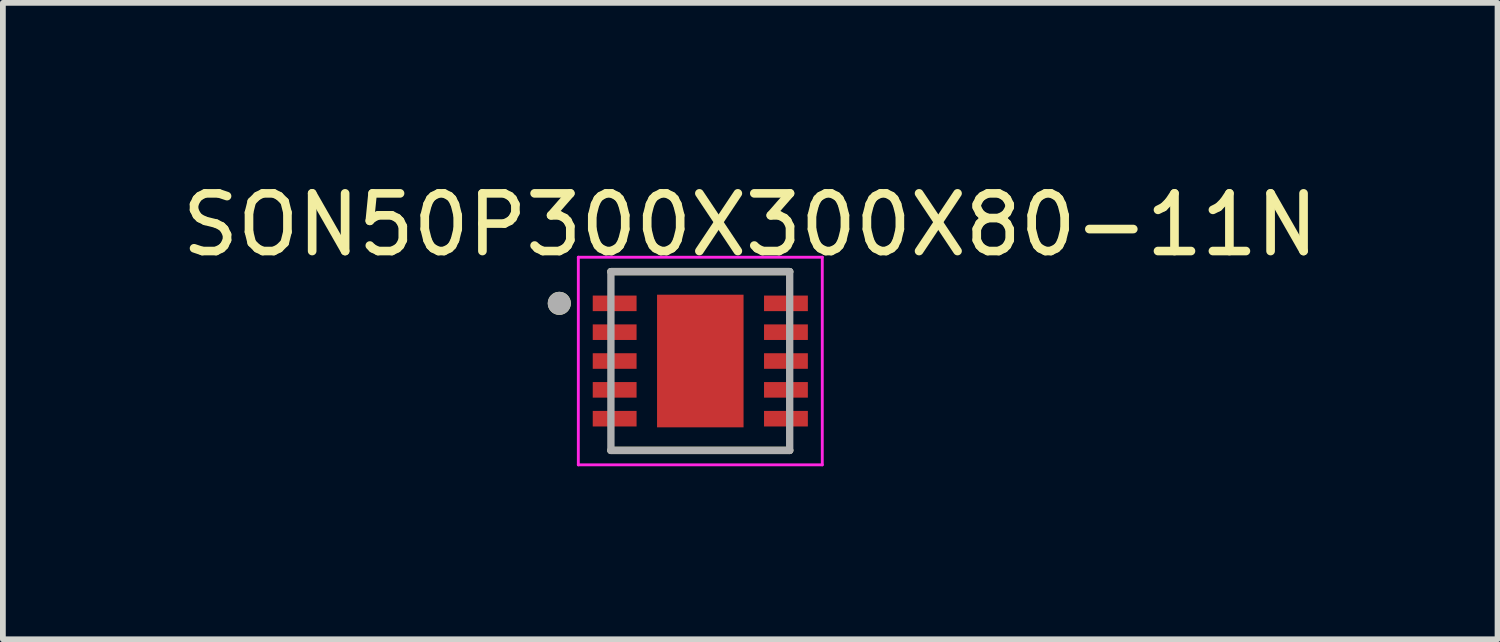
<source format=kicad_pcb>
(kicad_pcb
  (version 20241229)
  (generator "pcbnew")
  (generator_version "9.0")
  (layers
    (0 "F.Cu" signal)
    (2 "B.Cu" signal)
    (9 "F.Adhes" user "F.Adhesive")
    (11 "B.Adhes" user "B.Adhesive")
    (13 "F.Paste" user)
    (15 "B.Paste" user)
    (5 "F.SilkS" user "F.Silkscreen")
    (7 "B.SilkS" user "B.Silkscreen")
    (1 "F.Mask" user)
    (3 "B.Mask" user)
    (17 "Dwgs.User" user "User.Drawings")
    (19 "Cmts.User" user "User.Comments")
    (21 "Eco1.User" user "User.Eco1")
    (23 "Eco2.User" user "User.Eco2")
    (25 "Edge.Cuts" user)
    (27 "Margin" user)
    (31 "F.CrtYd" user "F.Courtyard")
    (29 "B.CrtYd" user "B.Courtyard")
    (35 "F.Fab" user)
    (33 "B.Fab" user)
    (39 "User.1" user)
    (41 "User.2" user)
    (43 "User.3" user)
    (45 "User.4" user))
  (footprint "SON50P300X300X80-11N"
    (layer "F.Cu")
    (at 9.093 3.21)
    (property "Reference" "SON50P300X300X80-11N" (at 0.865 -2.362 0) (layer "F.SilkS") (effects (font (size 1 1) (thickness 0.15))))
    (attr through_hole)
    (fp_line (start -1.55 -1.55) (end 1.55 -1.55) (stroke (width 0.127) (type solid)) (layer "F.SilkS"))
    (fp_line (start -1.55 1.55) (end 1.55 1.55) (stroke (width 0.127) (type solid)) (layer "F.SilkS"))
    (fp_circle (center -2.445 -1) (end -2.345 -1) (stroke (width 0.2) (type solid)) (fill no) (layer "F.SilkS"))
    (fp_poly (pts (xy -0.47 -0.73) (xy 0.47 -0.73) (xy 0.47 0.73) (xy -0.47 0.73)) (stroke (width 0.01) (type solid)) (fill yes) (layer "F.Paste"))
    (fp_line (start -2.115 -1.8) (end -2.115 1.8) (stroke (width 0.05) (type solid)) (layer "F.CrtYd"))
    (fp_line (start -2.115 -1.8) (end 2.115 -1.8) (stroke (width 0.05) (type solid)) (layer "F.CrtYd"))
    (fp_line (start -2.115 1.8) (end 2.115 1.8) (stroke (width 0.05) (type solid)) (layer "F.CrtYd"))
    (fp_line (start 2.115 -1.8) (end 2.115 1.8) (stroke (width 0.05) (type solid)) (layer "F.CrtYd"))
    (fp_line (start -1.55 -1.55) (end -1.55 1.55) (stroke (width 0.127) (type solid)) (layer "F.Fab"))
    (fp_line (start -1.55 -1.55) (end 1.55 -1.55) (stroke (width 0.127) (type solid)) (layer "F.Fab"))
    (fp_line (start -1.55 1.55) (end 1.55 1.55) (stroke (width 0.127) (type solid)) (layer "F.Fab"))
    (fp_line (start 1.55 -1.55) (end 1.55 1.55) (stroke (width 0.127) (type solid)) (layer "F.Fab"))
    (fp_circle (center -2.445 -1) (end -2.345 -1) (stroke (width 0.2) (type solid)) (fill no) (layer "F.Fab"))
    (pad "1" smd rect (at -1.485 -1) (size 0.76 0.27) (layers "F.Cu" "F.Mask" "F.Paste"))
    (pad "2" smd rect (at -1.485 -0.5) (size 0.76 0.27) (layers "F.Cu" "F.Mask" "F.Paste"))
    (pad "3" smd rect (at -1.485 0) (size 0.76 0.27) (layers "F.Cu" "F.Mask" "F.Paste"))
    (pad "4" smd rect (at -1.485 0.5) (size 0.76 0.27) (layers "F.Cu" "F.Mask" "F.Paste"))
    (pad "5" smd rect (at -1.485 1) (size 0.76 0.27) (layers "F.Cu" "F.Mask" "F.Paste"))
    (pad "6" smd rect (at 1.485 1) (size 0.76 0.27) (layers "F.Cu" "F.Mask" "F.Paste"))
    (pad "7" smd rect (at 1.485 0.5) (size 0.76 0.27) (layers "F.Cu" "F.Mask" "F.Paste"))
    (pad "8" smd rect (at 1.485 0) (size 0.76 0.27) (layers "F.Cu" "F.Mask" "F.Paste"))
    (pad "9" smd rect (at 1.485 -0.5) (size 0.76 0.27) (layers "F.Cu" "F.Mask" "F.Paste"))
    (pad "10" smd rect (at 1.485 -1) (size 0.76 0.27) (layers "F.Cu" "F.Mask" "F.Paste"))
    (pad "11" smd rect (at 0 0) (size 1.5 2.3) (layers "F.Cu" "F.Mask")))
  (gr_rect
    (start -3 -3)
    (end 22.917 8.035)
    (stroke (width 0.1) (type default))
    (fill no)
    (layer "Edge.Cuts")))
</source>
